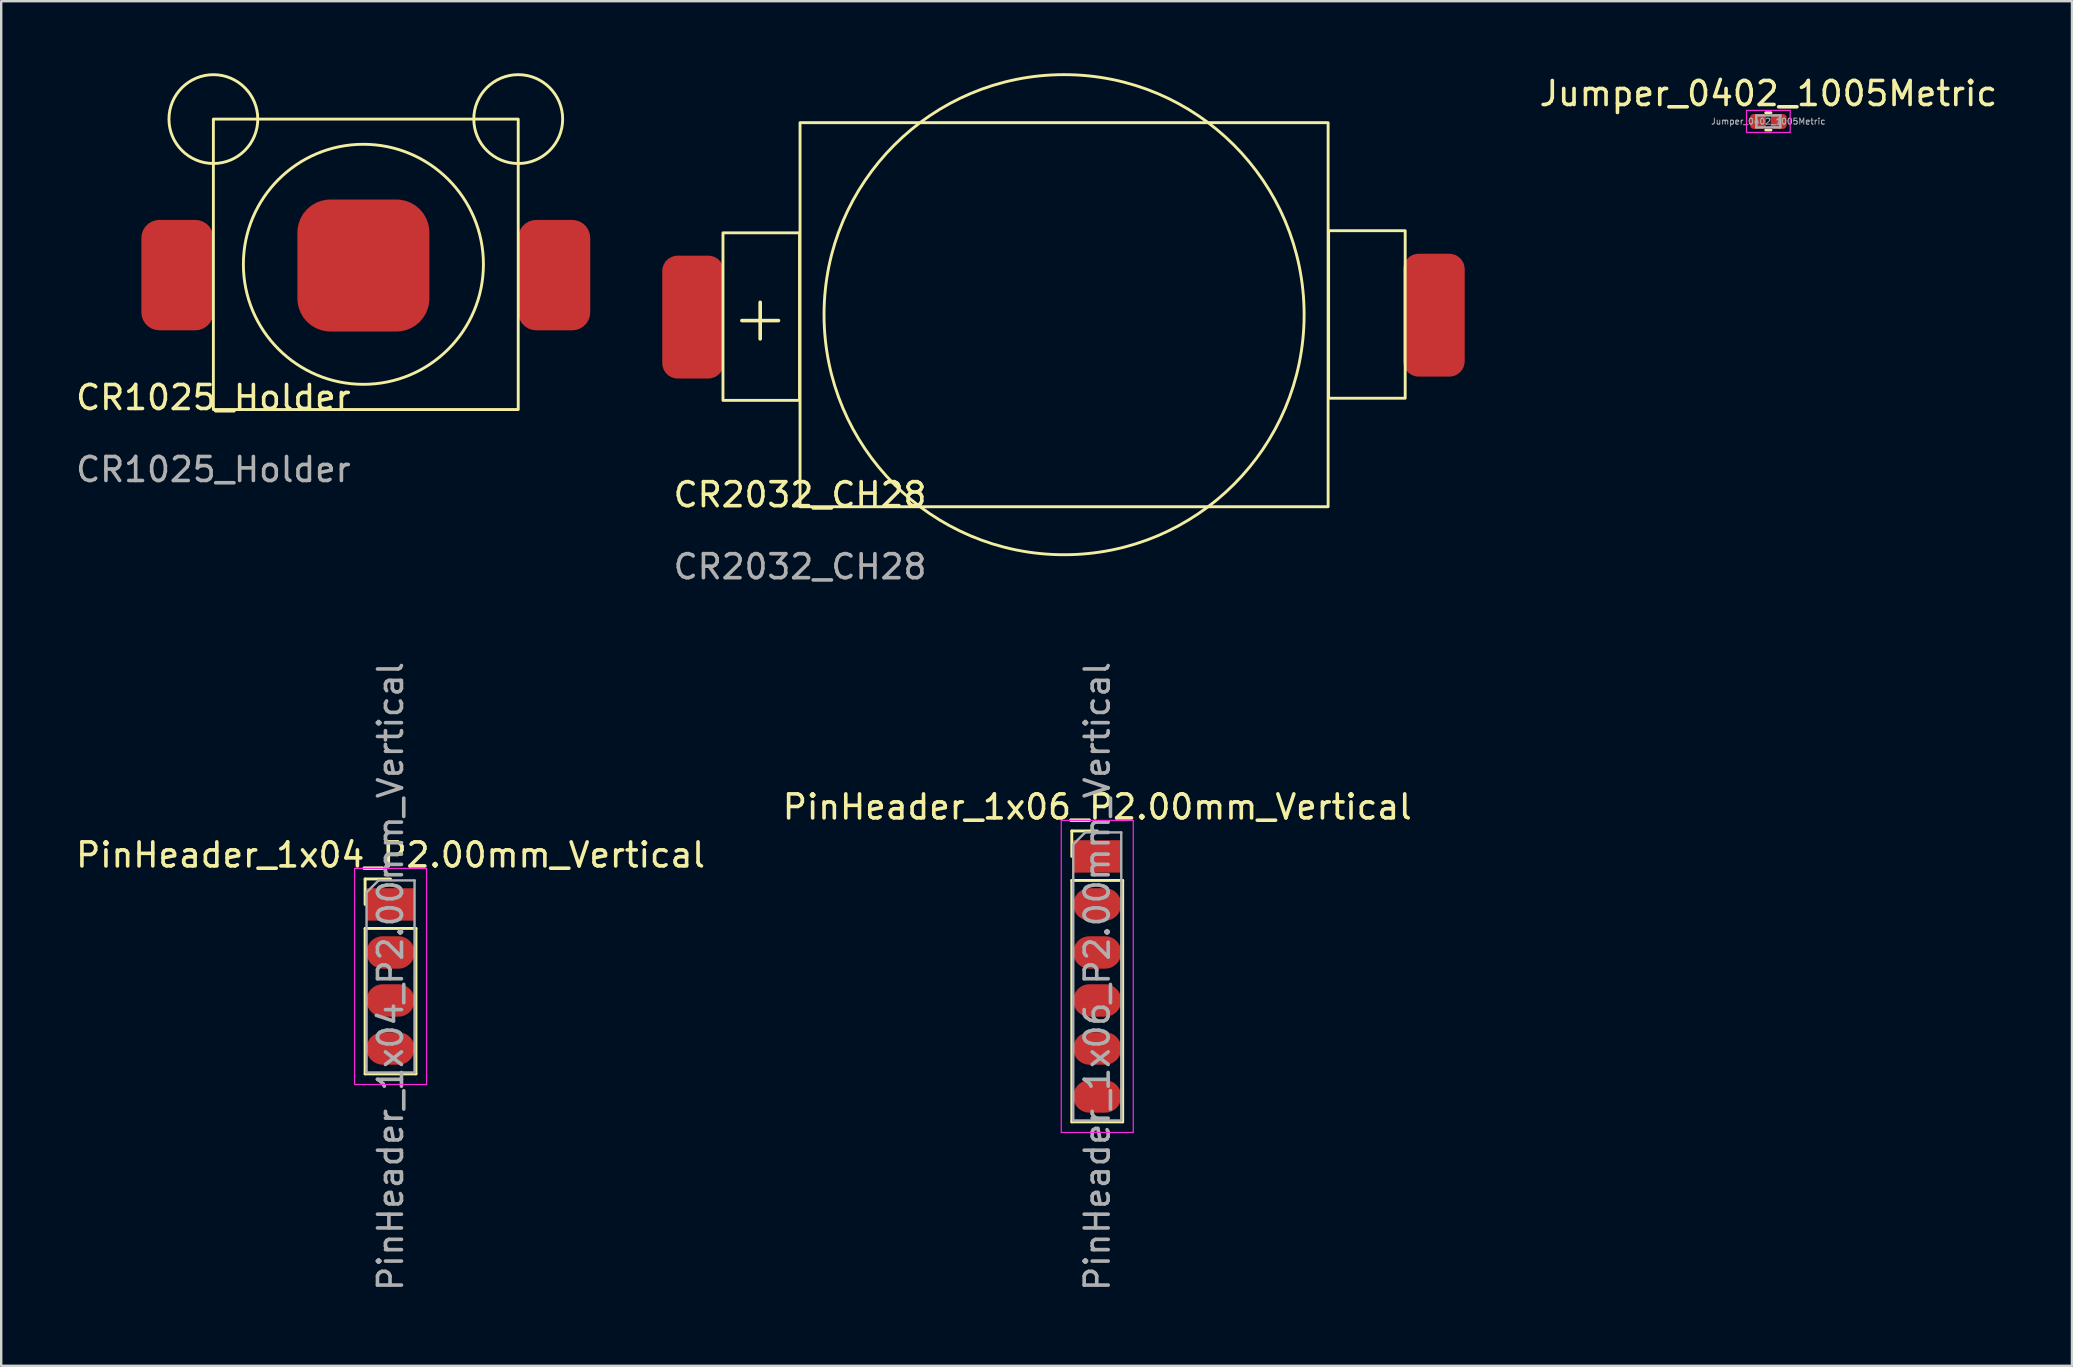
<source format=kicad_pcb>
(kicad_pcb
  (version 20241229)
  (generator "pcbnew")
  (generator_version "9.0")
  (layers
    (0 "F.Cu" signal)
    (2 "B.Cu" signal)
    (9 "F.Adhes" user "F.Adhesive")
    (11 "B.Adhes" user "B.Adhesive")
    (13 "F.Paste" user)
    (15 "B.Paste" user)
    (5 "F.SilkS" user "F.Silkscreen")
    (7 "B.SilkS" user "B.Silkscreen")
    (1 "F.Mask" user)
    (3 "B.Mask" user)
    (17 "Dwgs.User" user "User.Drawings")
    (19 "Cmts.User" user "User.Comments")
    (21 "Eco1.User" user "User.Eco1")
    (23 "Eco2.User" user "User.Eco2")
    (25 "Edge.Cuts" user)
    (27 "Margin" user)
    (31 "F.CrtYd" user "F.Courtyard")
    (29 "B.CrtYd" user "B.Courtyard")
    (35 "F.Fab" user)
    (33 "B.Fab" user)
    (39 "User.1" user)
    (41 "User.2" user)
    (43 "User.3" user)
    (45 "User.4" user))
  (footprint "PinHeader_1x06_P2.00mm_Vertical"
    (layer "F.Cu")
    (at 42.661 32.628)
    (property "Reference" "PinHeader_1x06_P2.00mm_Vertical" (at 0 -2.06 0) (layer "F.SilkS") (effects (font (size 1 1) (thickness 0.15))))
    (attr through_hole)
    (fp_line (start -1.06 -1.06) (end 0 -1.06) (stroke (width 0.12) (type solid)) (layer "F.SilkS"))
    (fp_line (start -1.06 0) (end -1.06 -1.06) (stroke (width 0.12) (type solid)) (layer "F.SilkS"))
    (fp_line (start -1.06 1) (end -1.06 11.06) (stroke (width 0.12) (type solid)) (layer "F.SilkS"))
    (fp_line (start -1.06 1) (end 1.06 1) (stroke (width 0.12) (type solid)) (layer "F.SilkS"))
    (fp_line (start -1.06 11.06) (end 1.06 11.06) (stroke (width 0.12) (type solid)) (layer "F.SilkS"))
    (fp_line (start 1.06 1) (end 1.06 11.06) (stroke (width 0.12) (type solid)) (layer "F.SilkS"))
    (fp_line (start -1.5 -1.5) (end -1.5 11.5) (stroke (width 0.05) (type solid)) (layer "F.CrtYd"))
    (fp_line (start -1.5 11.5) (end 1.5 11.5) (stroke (width 0.05) (type solid)) (layer "F.CrtYd"))
    (fp_line (start 1.5 -1.5) (end -1.5 -1.5) (stroke (width 0.05) (type solid)) (layer "F.CrtYd"))
    (fp_line (start 1.5 11.5) (end 1.5 -1.5) (stroke (width 0.05) (type solid)) (layer "F.CrtYd"))
    (fp_line (start -1 -0.5) (end -0.5 -1) (stroke (width 0.1) (type solid)) (layer "F.Fab"))
    (fp_line (start -1 11) (end -1 -0.5) (stroke (width 0.1) (type solid)) (layer "F.Fab"))
    (fp_line (start -0.5 -1) (end 1 -1) (stroke (width 0.1) (type solid)) (layer "F.Fab"))
    (fp_line (start 1 -1) (end 1 11) (stroke (width 0.1) (type solid)) (layer "F.Fab"))
    (fp_line (start 1 11) (end -1 11) (stroke (width 0.1) (type solid)) (layer "F.Fab"))
    (fp_text user "${REFERENCE}" (at 0 5 90) (layer "F.Fab") (effects (font (size 1 1) (thickness 0.15))))
    (pad "1" smd rect (at 0 0) (size 2 1.35) (layers "F.Cu" "F.Mask" "F.Paste"))
    (pad "2" smd oval (at 0 2) (size 2 1.35) (layers "F.Cu" "F.Mask" "F.Paste"))
    (pad "3" smd oval (at 0 4) (size 2 1.35) (layers "F.Cu" "F.Mask" "F.Paste"))
    (pad "4" smd oval (at 0 6) (size 2 1.35) (layers "F.Cu" "F.Mask" "F.Paste"))
    (pad "5" connect oval (at 0 8) (size 2 1.35) (layers "F.Cu" "F.Mask"))
    (pad "6" smd oval (at 0 10) (size 2 1.35) (layers "F.Cu" "F.Mask" "F.Paste")))
  (footprint "CR2032_CH28"
    (layer "F.Cu")
    (at 30.279 18.06)
    (property "Reference" "CR2032_CH28" (at 0 -0.5 0) (unlocked yes) (layer "F.SilkS") (effects (font (size 1 1) (thickness 0.15))))
    (attr smd)
    (fp_rect (start -3.21 -4.43) (end -0.02 -11.41) (stroke (width 0.12) (type solid)) (fill no) (layer "F.SilkS"))
    (fp_rect (start 0 0) (end 22 -16) (stroke (width 0.12) (type solid)) (fill no) (layer "F.SilkS"))
    (fp_rect (start 22.02 -4.52) (end 25.21 -11.5) (stroke (width 0.12) (type solid)) (fill no) (layer "F.SilkS"))
    (fp_circle (center 11 -8) (end 21 -8) (stroke (width 0.12) (type solid)) (fill no) (layer "F.SilkS"))
    (fp_text user "+" (at -1.66 -7.91 0) (unlocked yes) (layer "F.SilkS") (effects (font (size 2 2) (thickness 0.15))))
    (fp_text user "${REFERENCE}" (at 0 2.5 0) (unlocked yes) (layer "F.Fab") (effects (font (size 1 1) (thickness 0.15))))
    (pad "1" smd roundrect (at -4.46 -7.9) (size 2.56 5.12) (layers "F.Cu" "F.Mask" "F.Paste") (roundrect_rratio 0.25))
    (pad "2" smd roundrect (at 26.41 -7.98) (size 2.56 5.12) (layers "F.Cu" "F.Mask" "F.Paste") (roundrect_rratio 0.25)))
  (footprint "PinHeader_1x04_P2.00mm_Vertical"
    (layer "F.Cu")
    (at 13.22 34.628)
    (property "Reference" "PinHeader_1x04_P2.00mm_Vertical" (at 0 -2.06 0) (layer "F.SilkS") (effects (font (size 1 1) (thickness 0.15))))
    (attr through_hole)
    (fp_line (start -1.06 -1.06) (end 0 -1.06) (stroke (width 0.12) (type solid)) (layer "F.SilkS"))
    (fp_line (start -1.06 0) (end -1.06 -1.06) (stroke (width 0.12) (type solid)) (layer "F.SilkS"))
    (fp_line (start -1.06 1) (end -1.06 7.06) (stroke (width 0.12) (type solid)) (layer "F.SilkS"))
    (fp_line (start -1.06 1) (end 1.06 1) (stroke (width 0.12) (type solid)) (layer "F.SilkS"))
    (fp_line (start -1.06 7.06) (end 1.06 7.06) (stroke (width 0.12) (type solid)) (layer "F.SilkS"))
    (fp_line (start 1.06 1) (end 1.06 7.06) (stroke (width 0.12) (type solid)) (layer "F.SilkS"))
    (fp_line (start -1.5 -1.5) (end -1.5 7.5) (stroke (width 0.05) (type solid)) (layer "F.CrtYd"))
    (fp_line (start -1.5 7.5) (end 1.5 7.5) (stroke (width 0.05) (type solid)) (layer "F.CrtYd"))
    (fp_line (start 1.5 -1.5) (end -1.5 -1.5) (stroke (width 0.05) (type solid)) (layer "F.CrtYd"))
    (fp_line (start 1.5 7.5) (end 1.5 -1.5) (stroke (width 0.05) (type solid)) (layer "F.CrtYd"))
    (fp_line (start -1 -0.5) (end -0.5 -1) (stroke (width 0.1) (type solid)) (layer "F.Fab"))
    (fp_line (start -1 7) (end -1 -0.5) (stroke (width 0.1) (type solid)) (layer "F.Fab"))
    (fp_line (start -0.5 -1) (end 1 -1) (stroke (width 0.1) (type solid)) (layer "F.Fab"))
    (fp_line (start 1 -1) (end 1 7) (stroke (width 0.1) (type solid)) (layer "F.Fab"))
    (fp_line (start 1 7) (end -1 7) (stroke (width 0.1) (type solid)) (layer "F.Fab"))
    (fp_text user "${REFERENCE}" (at 0 3 90) (layer "F.Fab") (effects (font (size 1 1) (thickness 0.15))))
    (pad "1" smd rect (at 0 0) (size 2 1.35) (layers "F.Cu" "F.Mask" "F.Paste"))
    (pad "2" smd oval (at 0 2) (size 2 1.35) (layers "F.Cu" "F.Mask" "F.Paste"))
    (pad "3" smd oval (at 0 4) (size 2 1.35) (layers "F.Cu" "F.Mask" "F.Paste"))
    (pad "4" smd oval (at 0 6) (size 2 1.35) (layers "F.Cu" "F.Mask" "F.Paste")))
  (footprint "Jumper_0402_1005Metric"
    (layer "F.Cu")
    (at 70.618 2.008)
    (property "Reference" "Jumper_0402_1005Metric" (at 0 -1.16 0) (layer "F.SilkS") (effects (font (size 1 1) (thickness 0.15))))
    (attr smd)
    (fp_line (start -0.108 -0.36) (end 0.108 -0.36) (stroke (width 0.12) (type solid)) (layer "F.SilkS"))
    (fp_line (start -0.108 0.36) (end 0.108 0.36) (stroke (width 0.12) (type solid)) (layer "F.SilkS"))
    (fp_line (start -0.91 -0.46) (end 0.91 -0.46) (stroke (width 0.05) (type solid)) (layer "F.CrtYd"))
    (fp_line (start -0.91 0.46) (end -0.91 -0.46) (stroke (width 0.05) (type solid)) (layer "F.CrtYd"))
    (fp_line (start 0.91 -0.46) (end 0.91 0.46) (stroke (width 0.05) (type solid)) (layer "F.CrtYd"))
    (fp_line (start 0.91 0.46) (end -0.91 0.46) (stroke (width 0.05) (type solid)) (layer "F.CrtYd"))
    (fp_line (start -0.5 -0.25) (end 0.5 -0.25) (stroke (width 0.1) (type solid)) (layer "F.Fab"))
    (fp_line (start -0.5 0.25) (end -0.5 -0.25) (stroke (width 0.1) (type solid)) (layer "F.Fab"))
    (fp_line (start 0.5 -0.25) (end 0.5 0.25) (stroke (width 0.1) (type solid)) (layer "F.Fab"))
    (fp_line (start 0.5 0.25) (end -0.5 0.25) (stroke (width 0.1) (type solid)) (layer "F.Fab"))
    (fp_text user "${REFERENCE}" (at 0 0 0) (layer "F.Fab") (effects (font (size 0.25 0.25) (thickness 0.04))))
    (pad "1" smd roundrect (at -0.43 0) (size 0.66 0.62) (layers "F.Cu" "F.Mask" "F.Paste") (roundrect_rratio 0.25))
    (pad "2" smd roundrect (at 0.43 0) (size 0.66 0.62) (layers "F.Cu" "F.Mask" "F.Paste") (roundrect_rratio 0.25)))
  (footprint "CR1025_Holder"
    (layer "F.Cu")
    (at 5.839 14.011)
    (property "Reference" "CR1025_Holder" (at 0 -0.5 0) (unlocked yes) (layer "F.SilkS") (effects (font (size 1 1) (thickness 0.15))))
    (attr smd)
    (fp_rect (start 0 0) (end 12.7 -12.1) (stroke (width 0.12) (type solid)) (fill no) (layer "F.SilkS"))
    (fp_circle (center 0 -12.1) (end 0 -10.25) (stroke (width 0.12) (type solid)) (fill no) (layer "F.SilkS"))
    (fp_circle (center 6.25 -6.05) (end 11.25 -6.05) (stroke (width 0.12) (type solid)) (fill no) (layer "F.SilkS"))
    (fp_circle (center 12.7 -12.1) (end 12.75 -10.25) (stroke (width 0.12) (type solid)) (fill no) (layer "F.SilkS"))
    (fp_text user "${REFERENCE}" (at 0 2.5 0) (unlocked yes) (layer "F.Fab") (effects (font (size 1 1) (thickness 0.15))))
    (pad "1" smd roundrect (at 6.25 -6) (size 5.5 5.5) (layers "F.Cu" "F.Mask" "F.Paste") (roundrect_rratio 0.25))
    (pad "2" smd roundrect (at -1.5 -5.6) (size 3 4.6) (layers "F.Cu" "F.Mask" "F.Paste") (roundrect_rratio 0.25))
    (pad "2" smd roundrect (at 14.2 -5.6) (size 3 4.6) (layers "F.Cu" "F.Mask" "F.Paste") (roundrect_rratio 0.25)))
  (gr_rect
    (start -3 -3)
    (end 83.267 53.849)
    (stroke (width 0.1) (type default))
    (fill no)
    (layer "Edge.Cuts")))
</source>
